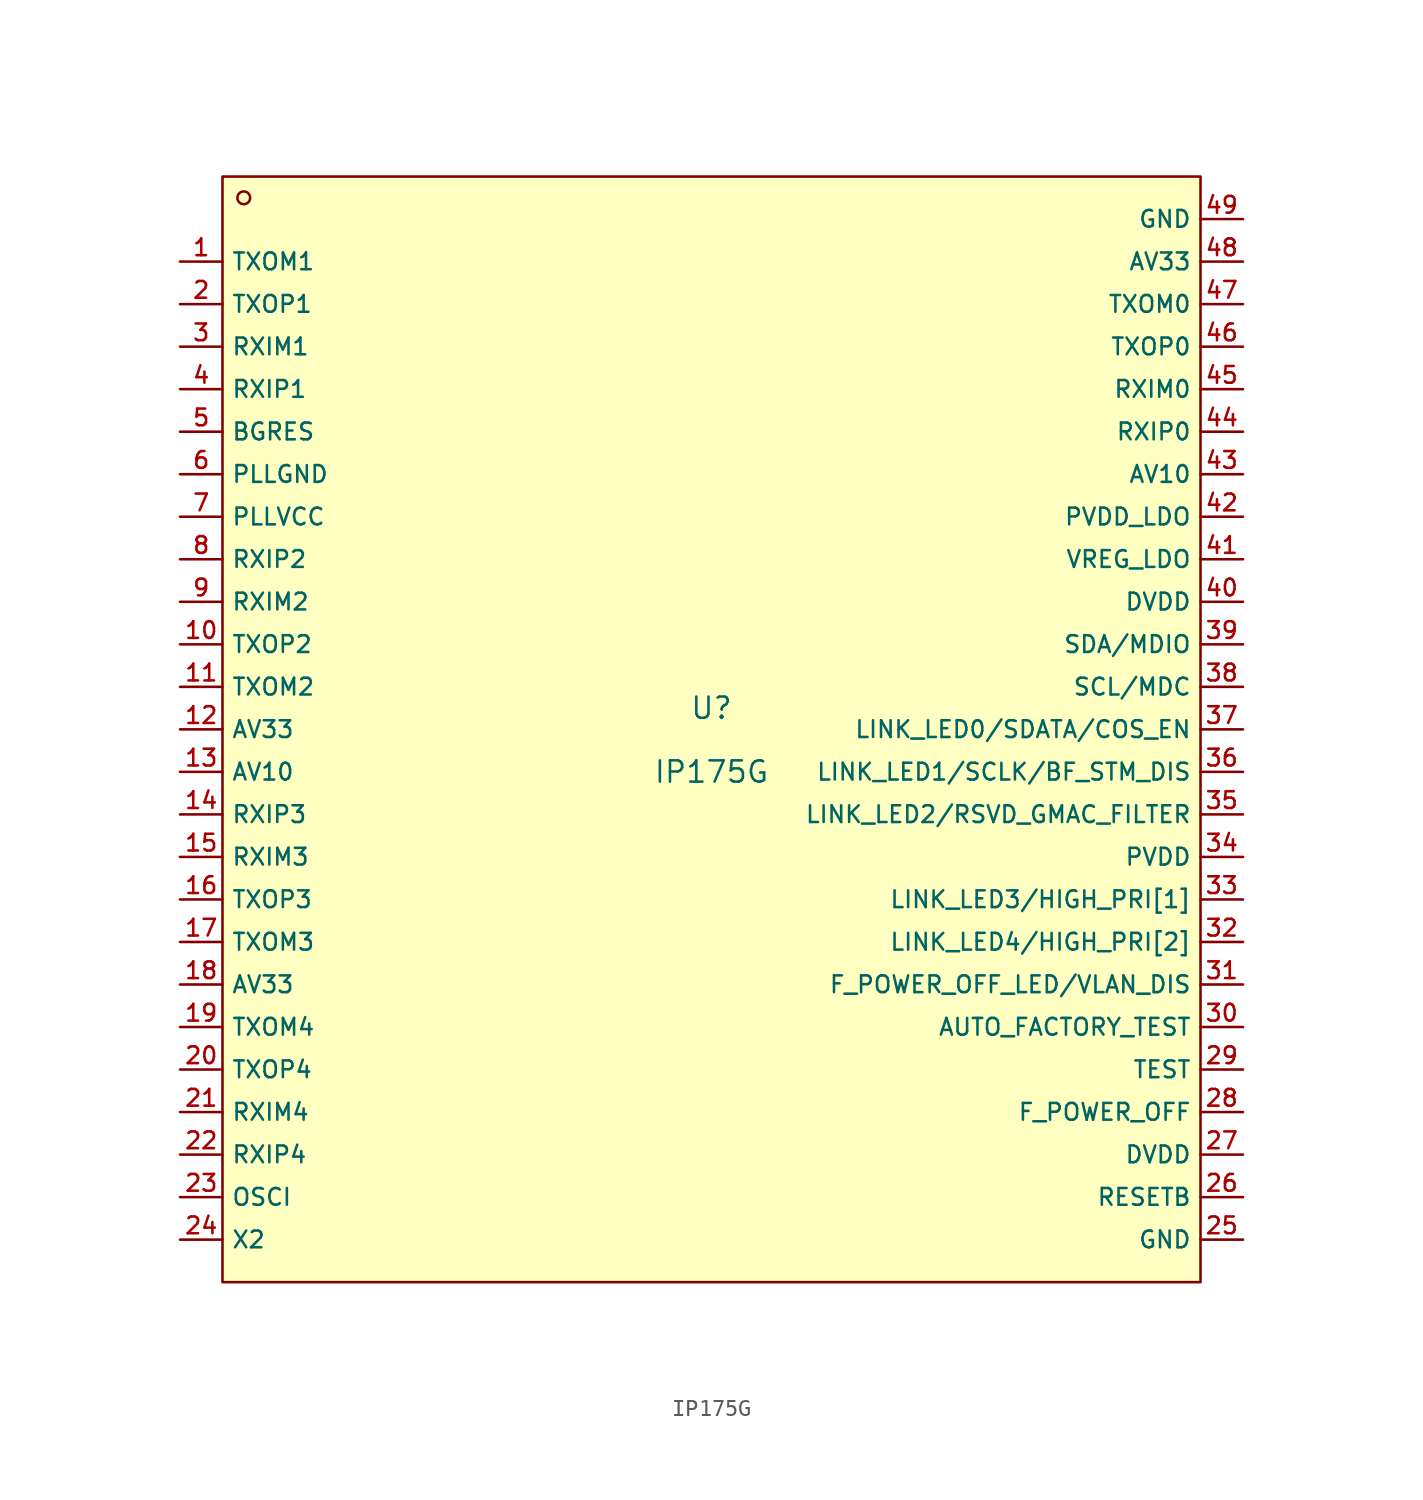
<source format=kicad_sym>
(kicad_symbol_lib
  (version 20210201)
  (generator TousstNicolas/JLC2KiCad_lib)
  (symbol "IP175G"
    (property "Reference" "U"
      (at 0 1.27 0)
      (effects (font (size 1.27 1.27))))
    (property "Value" "IP175G"
      (at 0 -2.54 0)
      (effects (font (size 1.27 1.27))))
    (symbol "IP175G_0_1"
      (rectangle (start -29.21 33.02) (end 29.21 -33.02) (stroke (width 0) (type default) (color 0 0 0 0)) (fill (type background)))
      (circle (center -27.94 31.75) (radius 0.381) (stroke (width 0) (type default) (color 0 0 0 0)) (fill (type background)))
      (pin unspecified line (at -31.75 27.94 0) (length 2.54) (name "TXOM1" (effects (font (size 1 1)))) (number "1" (effects (font (size 1 1)))))
      (pin unspecified line (at -31.75 25.4 0) (length 2.54) (name "TXOP1" (effects (font (size 1 1)))) (number "2" (effects (font (size 1 1)))))
      (pin unspecified line (at -31.75 22.86 0) (length 2.54) (name "RXIM1" (effects (font (size 1 1)))) (number "3" (effects (font (size 1 1)))))
      (pin unspecified line (at -31.75 20.32 0) (length 2.54) (name "RXIP1" (effects (font (size 1 1)))) (number "4" (effects (font (size 1 1)))))
      (pin unspecified line (at -31.75 17.78 0) (length 2.54) (name "BGRES" (effects (font (size 1 1)))) (number "5" (effects (font (size 1 1)))))
      (pin unspecified line (at -31.75 15.24 0) (length 2.54) (name "PLLGND" (effects (font (size 1 1)))) (number "6" (effects (font (size 1 1)))))
      (pin unspecified line (at -31.75 12.7 0) (length 2.54) (name "PLLVCC" (effects (font (size 1 1)))) (number "7" (effects (font (size 1 1)))))
      (pin unspecified line (at -31.75 10.16 0) (length 2.54) (name "RXIP2" (effects (font (size 1 1)))) (number "8" (effects (font (size 1 1)))))
      (pin unspecified line (at -31.75 7.62 0) (length 2.54) (name "RXIM2" (effects (font (size 1 1)))) (number "9" (effects (font (size 1 1)))))
      (pin unspecified line (at -31.75 5.08 0) (length 2.54) (name "TXOP2" (effects (font (size 1 1)))) (number "10" (effects (font (size 1 1)))))
      (pin unspecified line (at -31.75 2.54 0) (length 2.54) (name "TXOM2" (effects (font (size 1 1)))) (number "11" (effects (font (size 1 1)))))
      (pin unspecified line (at -31.75 -0.0 0) (length 2.54) (name "AV33" (effects (font (size 1 1)))) (number "12" (effects (font (size 1 1)))))
      (pin unspecified line (at -31.75 -2.54 0) (length 2.54) (name "AV10" (effects (font (size 1 1)))) (number "13" (effects (font (size 1 1)))))
      (pin unspecified line (at -31.75 -5.08 0) (length 2.54) (name "RXIP3" (effects (font (size 1 1)))) (number "14" (effects (font (size 1 1)))))
      (pin unspecified line (at -31.75 -7.62 0) (length 2.54) (name "RXIM3" (effects (font (size 1 1)))) (number "15" (effects (font (size 1 1)))))
      (pin unspecified line (at -31.75 -10.16 0) (length 2.54) (name "TXOP3" (effects (font (size 1 1)))) (number "16" (effects (font (size 1 1)))))
      (pin unspecified line (at -31.75 -12.7 0) (length 2.54) (name "TXOM3" (effects (font (size 1 1)))) (number "17" (effects (font (size 1 1)))))
      (pin unspecified line (at -31.75 -15.24 0) (length 2.54) (name "AV33" (effects (font (size 1 1)))) (number "18" (effects (font (size 1 1)))))
      (pin unspecified line (at -31.75 -17.78 0) (length 2.54) (name "TXOM4" (effects (font (size 1 1)))) (number "19" (effects (font (size 1 1)))))
      (pin unspecified line (at -31.75 -20.32 0) (length 2.54) (name "TXOP4" (effects (font (size 1 1)))) (number "20" (effects (font (size 1 1)))))
      (pin unspecified line (at -31.75 -22.86 0) (length 2.54) (name "RXIM4" (effects (font (size 1 1)))) (number "21" (effects (font (size 1 1)))))
      (pin unspecified line (at -31.75 -25.4 0) (length 2.54) (name "RXIP4" (effects (font (size 1 1)))) (number "22" (effects (font (size 1 1)))))
      (pin unspecified line (at -31.75 -27.94 0) (length 2.54) (name "OSCI" (effects (font (size 1 1)))) (number "23" (effects (font (size 1 1)))))
      (pin unspecified line (at -31.75 -30.48 0) (length 2.54) (name "X2" (effects (font (size 1 1)))) (number "24" (effects (font (size 1 1)))))
      (pin unspecified line (at 31.75 -30.48 180) (length 2.54) (name "GND" (effects (font (size 1 1)))) (number "25" (effects (font (size 1 1)))))
      (pin unspecified line (at 31.75 -27.94 180) (length 2.54) (name "RESETB" (effects (font (size 1 1)))) (number "26" (effects (font (size 1 1)))))
      (pin unspecified line (at 31.75 -25.4 180) (length 2.54) (name "DVDD" (effects (font (size 1 1)))) (number "27" (effects (font (size 1 1)))))
      (pin unspecified line (at 31.75 -22.86 180) (length 2.54) (name "F_POWER_OFF" (effects (font (size 1 1)))) (number "28" (effects (font (size 1 1)))))
      (pin unspecified line (at 31.75 -20.32 180) (length 2.54) (name "TEST" (effects (font (size 1 1)))) (number "29" (effects (font (size 1 1)))))
      (pin unspecified line (at 31.75 -17.78 180) (length 2.54) (name "AUTO_FACTORY_TEST" (effects (font (size 1 1)))) (number "30" (effects (font (size 1 1)))))
      (pin unspecified line (at 31.75 -15.24 180) (length 2.54) (name "F_POWER_OFF_LED/VLAN_DIS" (effects (font (size 1 1)))) (number "31" (effects (font (size 1 1)))))
      (pin unspecified line (at 31.75 -12.7 180) (length 2.54) (name "LINK LED4/HIGH PRI[2]" (effects (font (size 1 1)))) (number "32" (effects (font (size 1 1)))))
      (pin unspecified line (at 31.75 -10.16 180) (length 2.54) (name "LINK LED3/HIGH PRI[1]" (effects (font (size 1 1)))) (number "33" (effects (font (size 1 1)))))
      (pin unspecified line (at 31.75 -7.62 180) (length 2.54) (name "PVDD" (effects (font (size 1 1)))) (number "34" (effects (font (size 1 1)))))
      (pin unspecified line (at 31.75 -5.08 180) (length 2.54) (name "LINK_LED2/RSVD_GMAC_FILTER" (effects (font (size 1 1)))) (number "35" (effects (font (size 1 1)))))
      (pin unspecified line (at 31.75 -2.54 180) (length 2.54) (name "LINK_LED1/SCLK/BF_STM_DIS" (effects (font (size 1 1)))) (number "36" (effects (font (size 1 1)))))
      (pin unspecified line (at 31.75 -0.0 180) (length 2.54) (name "LINK_LED0/SDATA/COS_EN" (effects (font (size 1 1)))) (number "37" (effects (font (size 1 1)))))
      (pin unspecified line (at 31.75 2.54 180) (length 2.54) (name "SCL/MDC" (effects (font (size 1 1)))) (number "38" (effects (font (size 1 1)))))
      (pin unspecified line (at 31.75 5.08 180) (length 2.54) (name "SDA/MDIO" (effects (font (size 1 1)))) (number "39" (effects (font (size 1 1)))))
      (pin unspecified line (at 31.75 7.62 180) (length 2.54) (name "DVDD" (effects (font (size 1 1)))) (number "40" (effects (font (size 1 1)))))
      (pin unspecified line (at 31.75 10.16 180) (length 2.54) (name "VREG_LDO" (effects (font (size 1 1)))) (number "41" (effects (font (size 1 1)))))
      (pin unspecified line (at 31.75 12.7 180) (length 2.54) (name "PVDD_LDO" (effects (font (size 1 1)))) (number "42" (effects (font (size 1 1)))))
      (pin unspecified line (at 31.75 15.24 180) (length 2.54) (name "AV10" (effects (font (size 1 1)))) (number "43" (effects (font (size 1 1)))))
      (pin unspecified line (at 31.75 17.78 180) (length 2.54) (name "RXIP0" (effects (font (size 1 1)))) (number "44" (effects (font (size 1 1)))))
      (pin unspecified line (at 31.75 20.32 180) (length 2.54) (name "RXIM0" (effects (font (size 1 1)))) (number "45" (effects (font (size 1 1)))))
      (pin unspecified line (at 31.75 22.86 180) (length 2.54) (name "TXOP0" (effects (font (size 1 1)))) (number "46" (effects (font (size 1 1)))))
      (pin unspecified line (at 31.75 25.4 180) (length 2.54) (name "TXOM0" (effects (font (size 1 1)))) (number "47" (effects (font (size 1 1)))))
      (pin unspecified line (at 31.75 27.94 180) (length 2.54) (name "AV33" (effects (font (size 1 1)))) (number "48" (effects (font (size 1 1)))))
      (pin unspecified line (at 31.75 30.48 180) (length 2.54) (name "GND" (effects (font (size 1 1)))) (number "49" (effects (font (size 1 1))))))))
</source>
